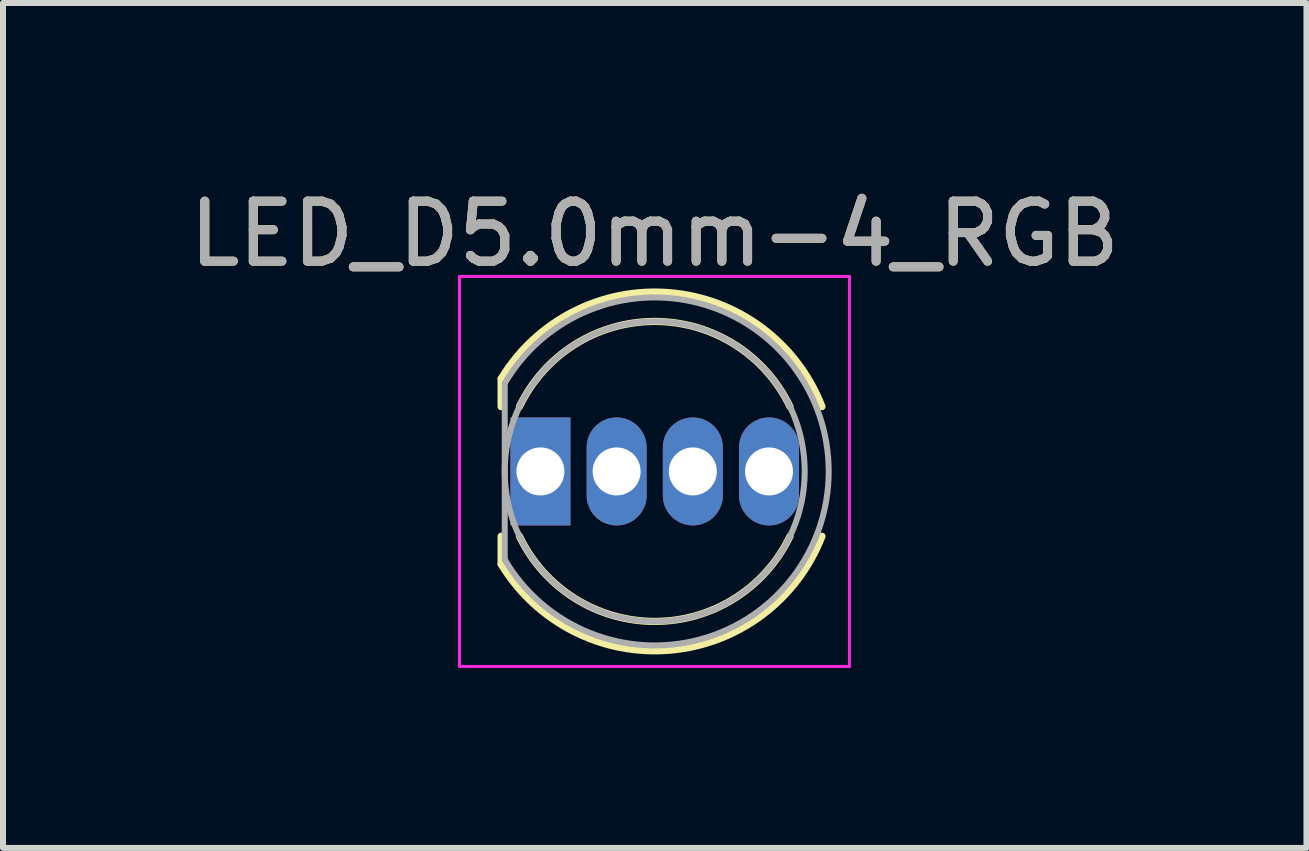
<source format=kicad_pcb>
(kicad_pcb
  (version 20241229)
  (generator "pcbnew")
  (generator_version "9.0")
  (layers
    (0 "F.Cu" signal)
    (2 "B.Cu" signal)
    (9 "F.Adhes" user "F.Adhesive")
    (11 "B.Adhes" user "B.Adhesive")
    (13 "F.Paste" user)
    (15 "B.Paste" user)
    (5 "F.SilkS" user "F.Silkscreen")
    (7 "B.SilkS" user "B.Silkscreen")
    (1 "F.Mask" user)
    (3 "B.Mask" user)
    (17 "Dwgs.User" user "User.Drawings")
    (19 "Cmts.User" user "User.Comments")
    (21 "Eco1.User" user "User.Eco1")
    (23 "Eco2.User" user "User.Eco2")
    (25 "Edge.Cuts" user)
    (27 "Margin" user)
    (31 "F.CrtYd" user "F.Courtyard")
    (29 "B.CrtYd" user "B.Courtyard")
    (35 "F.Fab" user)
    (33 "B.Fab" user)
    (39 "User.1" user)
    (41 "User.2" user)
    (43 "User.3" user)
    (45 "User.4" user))
  (footprint "LED_D5.0mm-4_RGB"
    (layer "F.Cu")
    (at 5.958 4.808)
    (property "Reference" "LED_D5.0mm-4_RGB" (at 1.905 -3.96 0) (layer "F.SilkS") (effects (font (size 1 1) (thickness 0.15))))
    (attr through_hole)
    (fp_line (start -0.655 -1.545) (end -0.655 -1.08) (stroke (width 0.12) (type solid)) (layer "F.SilkS"))
    (fp_line (start -0.655 1.08) (end -0.655 1.545) (stroke (width 0.12) (type solid)) (layer "F.SilkS"))
    (fp_arc (start -0.655 -1.54483) (mid 2.163456 -2.978809) (end 4.692815 -1.080827) (stroke (width 0.12) (type solid)) (layer "F.SilkS"))
    (fp_arc (start -0.349684 -1.08) (mid 1.904762 -2.5) (end 4.159479 -1.080429) (stroke (width 0.12) (type solid)) (layer "F.SilkS"))
    (fp_arc (start 4.159479 1.080429) (mid 1.904762 2.5) (end -0.349684 1.08) (stroke (width 0.12) (type solid)) (layer "F.SilkS"))
    (fp_arc (start 4.692815 1.080827) (mid 2.163456 2.978808) (end -0.655 1.54483) (stroke (width 0.12) (type solid)) (layer "F.SilkS"))
    (fp_line (start -1.35 -3.25) (end -1.35 3.25) (stroke (width 0.05) (type solid)) (layer "F.CrtYd"))
    (fp_line (start -1.35 3.25) (end 5.15 3.25) (stroke (width 0.05) (type solid)) (layer "F.CrtYd"))
    (fp_line (start 5.15 -3.25) (end -1.35 -3.25) (stroke (width 0.05) (type solid)) (layer "F.CrtYd"))
    (fp_line (start 5.15 3.25) (end 5.15 -3.25) (stroke (width 0.05) (type solid)) (layer "F.CrtYd"))
    (fp_line (start -0.595 -1.47) (end -0.595 1.47) (stroke (width 0.1) (type solid)) (layer "F.Fab"))
    (fp_arc (start -0.595 -1.469694) (mid 4.805 0.000016) (end -0.595016 1.469666) (stroke (width 0.1) (type solid)) (layer "F.Fab"))
    (fp_circle (center 1.905 0) (end 4.405 0) (stroke (width 0.1) (type solid)) (fill no) (layer "F.Fab"))
    (fp_text user "${REFERENCE}" (at 1.905 -3.96 0) (layer "F.Fab") (effects (font (size 1 1) (thickness 0.15))))
    (pad "1" thru_hole rect (at 0 0) (size 1 1.8) (drill 0.8) (layers "*.Cu" "*.Mask"))
    (pad "2" thru_hole oval (at 1.27 0) (size 1 1.8) (drill 0.8) (layers "*.Cu" "*.Mask"))
    (pad "3" thru_hole oval (at 2.54 0) (size 1 1.8) (drill 0.8) (layers "*.Cu" "*.Mask"))
    (pad "4" thru_hole oval (at 3.81 0) (size 1 1.8) (drill 0.8) (layers "*.Cu" "*.Mask")))
  (gr_rect
    (start -3 -3)
    (end 18.726 11.083)
    (stroke (width 0.1) (type default))
    (fill no)
    (layer "Edge.Cuts")))
</source>
